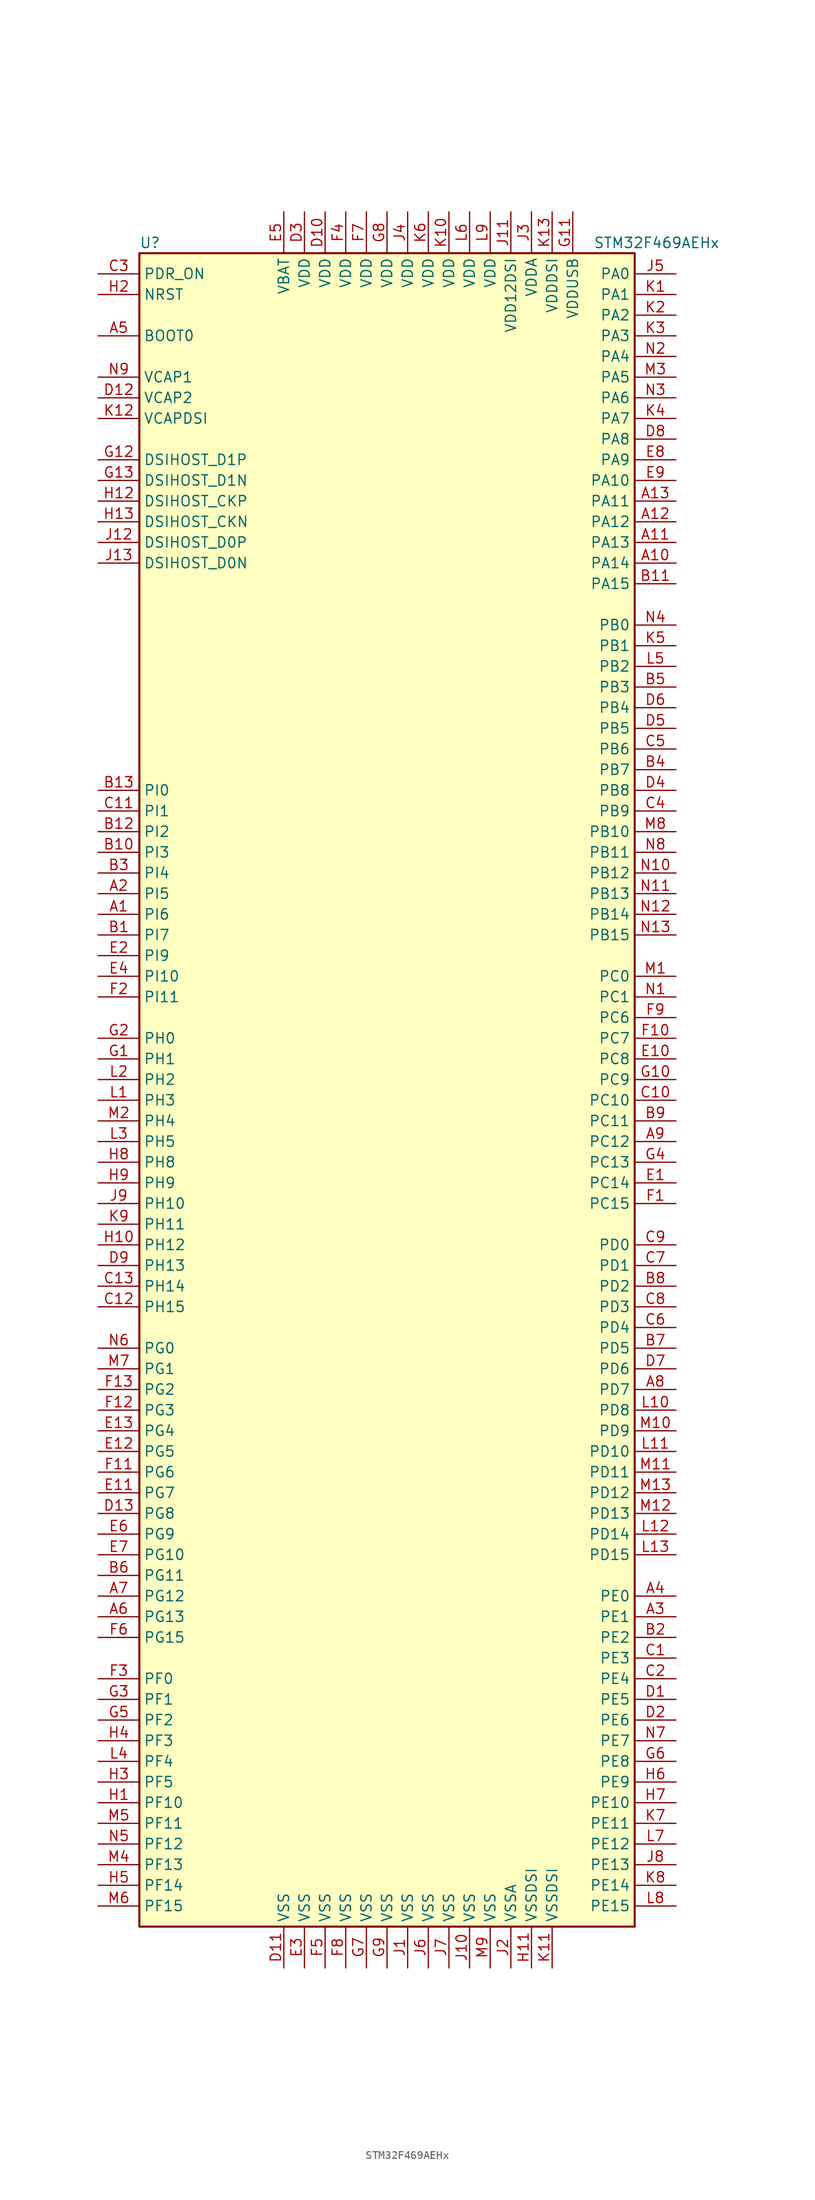
<source format=kicad_sym>
(kicad_symbol_lib
  (version 20211014)
  (generator kicad_symbol_editor)
  (symbol "STM32F469AEHx"
    (property "Reference" "U"
      (at -30.48 102.87 0)
      (effects (font (size 1.27 1.27)) (justify left)))
    (property "Value" "STM32F469AEHx"
      (at 25.4 102.87 0)
      (effects (font (size 1.27 1.27)) (justify left)))
    (symbol "STM32F469AEHx_0_1"
      (rectangle (start -30.48 -104.14) (end 30.48 101.6) (stroke (width 0.254) (type default) (color 0 0 0 0)) (fill (type background))))
    (symbol "STM32F469AEHx_1_1"
      (pin bidirectional line (at -35.56 20.32 0) (length 5.08) (name "PI6" (effects (font (size 1.27 1.27)))) (number "A1" (effects (font (size 1.27 1.27)))))
      (pin bidirectional line (at 35.56 63.5 180) (length 5.08) (name "PA14" (effects (font (size 1.27 1.27)))) (number "A10" (effects (font (size 1.27 1.27)))))
      (pin bidirectional line (at 35.56 66.04 180) (length 5.08) (name "PA13" (effects (font (size 1.27 1.27)))) (number "A11" (effects (font (size 1.27 1.27)))))
      (pin bidirectional line (at 35.56 68.58 180) (length 5.08) (name "PA12" (effects (font (size 1.27 1.27)))) (number "A12" (effects (font (size 1.27 1.27)))))
      (pin bidirectional line (at 35.56 71.12 180) (length 5.08) (name "PA11" (effects (font (size 1.27 1.27)))) (number "A13" (effects (font (size 1.27 1.27)))))
      (pin bidirectional line (at -35.56 22.86 0) (length 5.08) (name "PI5" (effects (font (size 1.27 1.27)))) (number "A2" (effects (font (size 1.27 1.27)))))
      (pin bidirectional line (at 35.56 -66.04 180) (length 5.08) (name "PE1" (effects (font (size 1.27 1.27)))) (number "A3" (effects (font (size 1.27 1.27)))))
      (pin bidirectional line (at 35.56 -63.5 180) (length 5.08) (name "PE0" (effects (font (size 1.27 1.27)))) (number "A4" (effects (font (size 1.27 1.27)))))
      (pin input line (at -35.56 91.44 0) (length 5.08) (name "BOOT0" (effects (font (size 1.27 1.27)))) (number "A5" (effects (font (size 1.27 1.27)))))
      (pin bidirectional line (at -35.56 -66.04 0) (length 5.08) (name "PG13" (effects (font (size 1.27 1.27)))) (number "A6" (effects (font (size 1.27 1.27)))))
      (pin bidirectional line (at -35.56 -63.5 0) (length 5.08) (name "PG12" (effects (font (size 1.27 1.27)))) (number "A7" (effects (font (size 1.27 1.27)))))
      (pin bidirectional line (at 35.56 -38.1 180) (length 5.08) (name "PD7" (effects (font (size 1.27 1.27)))) (number "A8" (effects (font (size 1.27 1.27)))))
      (pin bidirectional line (at 35.56 -7.62 180) (length 5.08) (name "PC12" (effects (font (size 1.27 1.27)))) (number "A9" (effects (font (size 1.27 1.27)))))
      (pin bidirectional line (at -35.56 17.78 0) (length 5.08) (name "PI7" (effects (font (size 1.27 1.27)))) (number "B1" (effects (font (size 1.27 1.27)))))
      (pin bidirectional line (at -35.56 27.94 0) (length 5.08) (name "PI3" (effects (font (size 1.27 1.27)))) (number "B10" (effects (font (size 1.27 1.27)))))
      (pin bidirectional line (at 35.56 60.96 180) (length 5.08) (name "PA15" (effects (font (size 1.27 1.27)))) (number "B11" (effects (font (size 1.27 1.27)))))
      (pin bidirectional line (at -35.56 30.48 0) (length 5.08) (name "PI2" (effects (font (size 1.27 1.27)))) (number "B12" (effects (font (size 1.27 1.27)))))
      (pin bidirectional line (at -35.56 35.56 0) (length 5.08) (name "PI0" (effects (font (size 1.27 1.27)))) (number "B13" (effects (font (size 1.27 1.27)))))
      (pin bidirectional line (at 35.56 -68.58 180) (length 5.08) (name "PE2" (effects (font (size 1.27 1.27)))) (number "B2" (effects (font (size 1.27 1.27)))))
      (pin bidirectional line (at -35.56 25.4 0) (length 5.08) (name "PI4" (effects (font (size 1.27 1.27)))) (number "B3" (effects (font (size 1.27 1.27)))))
      (pin bidirectional line (at 35.56 38.1 180) (length 5.08) (name "PB7" (effects (font (size 1.27 1.27)))) (number "B4" (effects (font (size 1.27 1.27)))))
      (pin bidirectional line (at 35.56 48.26 180) (length 5.08) (name "PB3" (effects (font (size 1.27 1.27)))) (number "B5" (effects (font (size 1.27 1.27)))))
      (pin bidirectional line (at -35.56 -60.96 0) (length 5.08) (name "PG11" (effects (font (size 1.27 1.27)))) (number "B6" (effects (font (size 1.27 1.27)))))
      (pin bidirectional line (at 35.56 -33.02 180) (length 5.08) (name "PD5" (effects (font (size 1.27 1.27)))) (number "B7" (effects (font (size 1.27 1.27)))))
      (pin bidirectional line (at 35.56 -25.4 180) (length 5.08) (name "PD2" (effects (font (size 1.27 1.27)))) (number "B8" (effects (font (size 1.27 1.27)))))
      (pin bidirectional line (at 35.56 -5.08 180) (length 5.08) (name "PC11" (effects (font (size 1.27 1.27)))) (number "B9" (effects (font (size 1.27 1.27)))))
      (pin bidirectional line (at 35.56 -71.12 180) (length 5.08) (name "PE3" (effects (font (size 1.27 1.27)))) (number "C1" (effects (font (size 1.27 1.27)))))
      (pin bidirectional line (at 35.56 -2.54 180) (length 5.08) (name "PC10" (effects (font (size 1.27 1.27)))) (number "C10" (effects (font (size 1.27 1.27)))))
      (pin bidirectional line (at -35.56 33.02 0) (length 5.08) (name "PI1" (effects (font (size 1.27 1.27)))) (number "C11" (effects (font (size 1.27 1.27)))))
      (pin bidirectional line (at -35.56 -27.94 0) (length 5.08) (name "PH15" (effects (font (size 1.27 1.27)))) (number "C12" (effects (font (size 1.27 1.27)))))
      (pin bidirectional line (at -35.56 -25.4 0) (length 5.08) (name "PH14" (effects (font (size 1.27 1.27)))) (number "C13" (effects (font (size 1.27 1.27)))))
      (pin bidirectional line (at 35.56 -73.66 180) (length 5.08) (name "PE4" (effects (font (size 1.27 1.27)))) (number "C2" (effects (font (size 1.27 1.27)))))
      (pin input line (at -35.56 99.06 0) (length 5.08) (name "PDR_ON" (effects (font (size 1.27 1.27)))) (number "C3" (effects (font (size 1.27 1.27)))))
      (pin bidirectional line (at 35.56 33.02 180) (length 5.08) (name "PB9" (effects (font (size 1.27 1.27)))) (number "C4" (effects (font (size 1.27 1.27)))))
      (pin bidirectional line (at 35.56 40.64 180) (length 5.08) (name "PB6" (effects (font (size 1.27 1.27)))) (number "C5" (effects (font (size 1.27 1.27)))))
      (pin bidirectional line (at 35.56 -30.48 180) (length 5.08) (name "PD4" (effects (font (size 1.27 1.27)))) (number "C6" (effects (font (size 1.27 1.27)))))
      (pin bidirectional line (at 35.56 -22.86 180) (length 5.08) (name "PD1" (effects (font (size 1.27 1.27)))) (number "C7" (effects (font (size 1.27 1.27)))))
      (pin bidirectional line (at 35.56 -27.94 180) (length 5.08) (name "PD3" (effects (font (size 1.27 1.27)))) (number "C8" (effects (font (size 1.27 1.27)))))
      (pin bidirectional line (at 35.56 -20.32 180) (length 5.08) (name "PD0" (effects (font (size 1.27 1.27)))) (number "C9" (effects (font (size 1.27 1.27)))))
      (pin bidirectional line (at 35.56 -76.2 180) (length 5.08) (name "PE5" (effects (font (size 1.27 1.27)))) (number "D1" (effects (font (size 1.27 1.27)))))
      (pin power_in line (at -7.62 106.68 270) (length 5.08) (name "VDD" (effects (font (size 1.27 1.27)))) (number "D10" (effects (font (size 1.27 1.27)))))
      (pin power_in line (at -12.7 -109.22 90) (length 5.08) (name "VSS" (effects (font (size 1.27 1.27)))) (number "D11" (effects (font (size 1.27 1.27)))))
      (pin power_in line (at -35.56 83.82 0) (length 5.08) (name "VCAP2" (effects (font (size 1.27 1.27)))) (number "D12" (effects (font (size 1.27 1.27)))))
      (pin bidirectional line (at -35.56 -53.34 0) (length 5.08) (name "PG8" (effects (font (size 1.27 1.27)))) (number "D13" (effects (font (size 1.27 1.27)))))
      (pin bidirectional line (at 35.56 -78.74 180) (length 5.08) (name "PE6" (effects (font (size 1.27 1.27)))) (number "D2" (effects (font (size 1.27 1.27)))))
      (pin power_in line (at -10.16 106.68 270) (length 5.08) (name "VDD" (effects (font (size 1.27 1.27)))) (number "D3" (effects (font (size 1.27 1.27)))))
      (pin bidirectional line (at 35.56 35.56 180) (length 5.08) (name "PB8" (effects (font (size 1.27 1.27)))) (number "D4" (effects (font (size 1.27 1.27)))))
      (pin bidirectional line (at 35.56 43.18 180) (length 5.08) (name "PB5" (effects (font (size 1.27 1.27)))) (number "D5" (effects (font (size 1.27 1.27)))))
      (pin bidirectional line (at 35.56 45.72 180) (length 5.08) (name "PB4" (effects (font (size 1.27 1.27)))) (number "D6" (effects (font (size 1.27 1.27)))))
      (pin bidirectional line (at 35.56 -35.56 180) (length 5.08) (name "PD6" (effects (font (size 1.27 1.27)))) (number "D7" (effects (font (size 1.27 1.27)))))
      (pin bidirectional line (at 35.56 78.74 180) (length 5.08) (name "PA8" (effects (font (size 1.27 1.27)))) (number "D8" (effects (font (size 1.27 1.27)))))
      (pin bidirectional line (at -35.56 -22.86 0) (length 5.08) (name "PH13" (effects (font (size 1.27 1.27)))) (number "D9" (effects (font (size 1.27 1.27)))))
      (pin bidirectional line (at 35.56 -12.7 180) (length 5.08) (name "PC14" (effects (font (size 1.27 1.27)))) (number "E1" (effects (font (size 1.27 1.27)))))
      (pin bidirectional line (at 35.56 2.54 180) (length 5.08) (name "PC8" (effects (font (size 1.27 1.27)))) (number "E10" (effects (font (size 1.27 1.27)))))
      (pin bidirectional line (at -35.56 -50.8 0) (length 5.08) (name "PG7" (effects (font (size 1.27 1.27)))) (number "E11" (effects (font (size 1.27 1.27)))))
      (pin bidirectional line (at -35.56 -45.72 0) (length 5.08) (name "PG5" (effects (font (size 1.27 1.27)))) (number "E12" (effects (font (size 1.27 1.27)))))
      (pin bidirectional line (at -35.56 -43.18 0) (length 5.08) (name "PG4" (effects (font (size 1.27 1.27)))) (number "E13" (effects (font (size 1.27 1.27)))))
      (pin bidirectional line (at -35.56 15.24 0) (length 5.08) (name "PI9" (effects (font (size 1.27 1.27)))) (number "E2" (effects (font (size 1.27 1.27)))))
      (pin power_in line (at -10.16 -109.22 90) (length 5.08) (name "VSS" (effects (font (size 1.27 1.27)))) (number "E3" (effects (font (size 1.27 1.27)))))
      (pin bidirectional line (at -35.56 12.7 0) (length 5.08) (name "PI10" (effects (font (size 1.27 1.27)))) (number "E4" (effects (font (size 1.27 1.27)))))
      (pin power_in line (at -12.7 106.68 270) (length 5.08) (name "VBAT" (effects (font (size 1.27 1.27)))) (number "E5" (effects (font (size 1.27 1.27)))))
      (pin bidirectional line (at -35.56 -55.88 0) (length 5.08) (name "PG9" (effects (font (size 1.27 1.27)))) (number "E6" (effects (font (size 1.27 1.27)))))
      (pin bidirectional line (at -35.56 -58.42 0) (length 5.08) (name "PG10" (effects (font (size 1.27 1.27)))) (number "E7" (effects (font (size 1.27 1.27)))))
      (pin bidirectional line (at 35.56 76.2 180) (length 5.08) (name "PA9" (effects (font (size 1.27 1.27)))) (number "E8" (effects (font (size 1.27 1.27)))))
      (pin bidirectional line (at 35.56 73.66 180) (length 5.08) (name "PA10" (effects (font (size 1.27 1.27)))) (number "E9" (effects (font (size 1.27 1.27)))))
      (pin bidirectional line (at 35.56 -15.24 180) (length 5.08) (name "PC15" (effects (font (size 1.27 1.27)))) (number "F1" (effects (font (size 1.27 1.27)))))
      (pin bidirectional line (at 35.56 5.08 180) (length 5.08) (name "PC7" (effects (font (size 1.27 1.27)))) (number "F10" (effects (font (size 1.27 1.27)))))
      (pin bidirectional line (at -35.56 -48.26 0) (length 5.08) (name "PG6" (effects (font (size 1.27 1.27)))) (number "F11" (effects (font (size 1.27 1.27)))))
      (pin bidirectional line (at -35.56 -40.64 0) (length 5.08) (name "PG3" (effects (font (size 1.27 1.27)))) (number "F12" (effects (font (size 1.27 1.27)))))
      (pin bidirectional line (at -35.56 -38.1 0) (length 5.08) (name "PG2" (effects (font (size 1.27 1.27)))) (number "F13" (effects (font (size 1.27 1.27)))))
      (pin bidirectional line (at -35.56 10.16 0) (length 5.08) (name "PI11" (effects (font (size 1.27 1.27)))) (number "F2" (effects (font (size 1.27 1.27)))))
      (pin bidirectional line (at -35.56 -73.66 0) (length 5.08) (name "PF0" (effects (font (size 1.27 1.27)))) (number "F3" (effects (font (size 1.27 1.27)))))
      (pin power_in line (at -5.08 106.68 270) (length 5.08) (name "VDD" (effects (font (size 1.27 1.27)))) (number "F4" (effects (font (size 1.27 1.27)))))
      (pin power_in line (at -7.62 -109.22 90) (length 5.08) (name "VSS" (effects (font (size 1.27 1.27)))) (number "F5" (effects (font (size 1.27 1.27)))))
      (pin bidirectional line (at -35.56 -68.58 0) (length 5.08) (name "PG15" (effects (font (size 1.27 1.27)))) (number "F6" (effects (font (size 1.27 1.27)))))
      (pin power_in line (at -2.54 106.68 270) (length 5.08) (name "VDD" (effects (font (size 1.27 1.27)))) (number "F7" (effects (font (size 1.27 1.27)))))
      (pin power_in line (at -5.08 -109.22 90) (length 5.08) (name "VSS" (effects (font (size 1.27 1.27)))) (number "F8" (effects (font (size 1.27 1.27)))))
      (pin bidirectional line (at 35.56 7.62 180) (length 5.08) (name "PC6" (effects (font (size 1.27 1.27)))) (number "F9" (effects (font (size 1.27 1.27)))))
      (pin input line (at -35.56 2.54 0) (length 5.08) (name "PH1" (effects (font (size 1.27 1.27)))) (number "G1" (effects (font (size 1.27 1.27)))))
      (pin bidirectional line (at 35.56 0 180) (length 5.08) (name "PC9" (effects (font (size 1.27 1.27)))) (number "G10" (effects (font (size 1.27 1.27)))))
      (pin power_in line (at 22.86 106.68 270) (length 5.08) (name "VDDUSB" (effects (font (size 1.27 1.27)))) (number "G11" (effects (font (size 1.27 1.27)))))
      (pin bidirectional line (at -35.56 76.2 0) (length 5.08) (name "DSIHOST_D1P" (effects (font (size 1.27 1.27)))) (number "G12" (effects (font (size 1.27 1.27)))))
      (pin bidirectional line (at -35.56 73.66 0) (length 5.08) (name "DSIHOST_D1N" (effects (font (size 1.27 1.27)))) (number "G13" (effects (font (size 1.27 1.27)))))
      (pin input line (at -35.56 5.08 0) (length 5.08) (name "PH0" (effects (font (size 1.27 1.27)))) (number "G2" (effects (font (size 1.27 1.27)))))
      (pin bidirectional line (at -35.56 -76.2 0) (length 5.08) (name "PF1" (effects (font (size 1.27 1.27)))) (number "G3" (effects (font (size 1.27 1.27)))))
      (pin bidirectional line (at 35.56 -10.16 180) (length 5.08) (name "PC13" (effects (font (size 1.27 1.27)))) (number "G4" (effects (font (size 1.27 1.27)))))
      (pin bidirectional line (at -35.56 -78.74 0) (length 5.08) (name "PF2" (effects (font (size 1.27 1.27)))) (number "G5" (effects (font (size 1.27 1.27)))))
      (pin bidirectional line (at 35.56 -83.82 180) (length 5.08) (name "PE8" (effects (font (size 1.27 1.27)))) (number "G6" (effects (font (size 1.27 1.27)))))
      (pin power_in line (at -2.54 -109.22 90) (length 5.08) (name "VSS" (effects (font (size 1.27 1.27)))) (number "G7" (effects (font (size 1.27 1.27)))))
      (pin power_in line (at 0 106.68 270) (length 5.08) (name "VDD" (effects (font (size 1.27 1.27)))) (number "G8" (effects (font (size 1.27 1.27)))))
      (pin power_in line (at 0 -109.22 90) (length 5.08) (name "VSS" (effects (font (size 1.27 1.27)))) (number "G9" (effects (font (size 1.27 1.27)))))
      (pin bidirectional line (at -35.56 -88.9 0) (length 5.08) (name "PF10" (effects (font (size 1.27 1.27)))) (number "H1" (effects (font (size 1.27 1.27)))))
      (pin bidirectional line (at -35.56 -20.32 0) (length 5.08) (name "PH12" (effects (font (size 1.27 1.27)))) (number "H10" (effects (font (size 1.27 1.27)))))
      (pin power_in line (at 17.78 -109.22 90) (length 5.08) (name "VSSDSI" (effects (font (size 1.27 1.27)))) (number "H11" (effects (font (size 1.27 1.27)))))
      (pin bidirectional line (at -35.56 71.12 0) (length 5.08) (name "DSIHOST_CKP" (effects (font (size 1.27 1.27)))) (number "H12" (effects (font (size 1.27 1.27)))))
      (pin bidirectional line (at -35.56 68.58 0) (length 5.08) (name "DSIHOST_CKN" (effects (font (size 1.27 1.27)))) (number "H13" (effects (font (size 1.27 1.27)))))
      (pin input line (at -35.56 96.52 0) (length 5.08) (name "NRST" (effects (font (size 1.27 1.27)))) (number "H2" (effects (font (size 1.27 1.27)))))
      (pin bidirectional line (at -35.56 -86.36 0) (length 5.08) (name "PF5" (effects (font (size 1.27 1.27)))) (number "H3" (effects (font (size 1.27 1.27)))))
      (pin bidirectional line (at -35.56 -81.28 0) (length 5.08) (name "PF3" (effects (font (size 1.27 1.27)))) (number "H4" (effects (font (size 1.27 1.27)))))
      (pin bidirectional line (at -35.56 -99.06 0) (length 5.08) (name "PF14" (effects (font (size 1.27 1.27)))) (number "H5" (effects (font (size 1.27 1.27)))))
      (pin bidirectional line (at 35.56 -86.36 180) (length 5.08) (name "PE9" (effects (font (size 1.27 1.27)))) (number "H6" (effects (font (size 1.27 1.27)))))
      (pin bidirectional line (at 35.56 -88.9 180) (length 5.08) (name "PE10" (effects (font (size 1.27 1.27)))) (number "H7" (effects (font (size 1.27 1.27)))))
      (pin bidirectional line (at -35.56 -10.16 0) (length 5.08) (name "PH8" (effects (font (size 1.27 1.27)))) (number "H8" (effects (font (size 1.27 1.27)))))
      (pin bidirectional line (at -35.56 -12.7 0) (length 5.08) (name "PH9" (effects (font (size 1.27 1.27)))) (number "H9" (effects (font (size 1.27 1.27)))))
      (pin power_in line (at 2.54 -109.22 90) (length 5.08) (name "VSS" (effects (font (size 1.27 1.27)))) (number "J1" (effects (font (size 1.27 1.27)))))
      (pin power_in line (at 10.16 -109.22 90) (length 5.08) (name "VSS" (effects (font (size 1.27 1.27)))) (number "J10" (effects (font (size 1.27 1.27)))))
      (pin power_in line (at 15.24 106.68 270) (length 5.08) (name "VDD12DSI" (effects (font (size 1.27 1.27)))) (number "J11" (effects (font (size 1.27 1.27)))))
      (pin bidirectional line (at -35.56 66.04 0) (length 5.08) (name "DSIHOST_D0P" (effects (font (size 1.27 1.27)))) (number "J12" (effects (font (size 1.27 1.27)))))
      (pin bidirectional line (at -35.56 63.5 0) (length 5.08) (name "DSIHOST_D0N" (effects (font (size 1.27 1.27)))) (number "J13" (effects (font (size 1.27 1.27)))))
      (pin power_in line (at 15.24 -109.22 90) (length 5.08) (name "VSSA" (effects (font (size 1.27 1.27)))) (number "J2" (effects (font (size 1.27 1.27)))))
      (pin power_in line (at 17.78 106.68 270) (length 5.08) (name "VDDA" (effects (font (size 1.27 1.27)))) (number "J3" (effects (font (size 1.27 1.27)))))
      (pin power_in line (at 2.54 106.68 270) (length 5.08) (name "VDD" (effects (font (size 1.27 1.27)))) (number "J4" (effects (font (size 1.27 1.27)))))
      (pin bidirectional line (at 35.56 99.06 180) (length 5.08) (name "PA0" (effects (font (size 1.27 1.27)))) (number "J5" (effects (font (size 1.27 1.27)))))
      (pin power_in line (at 5.08 -109.22 90) (length 5.08) (name "VSS" (effects (font (size 1.27 1.27)))) (number "J6" (effects (font (size 1.27 1.27)))))
      (pin power_in line (at 7.62 -109.22 90) (length 5.08) (name "VSS" (effects (font (size 1.27 1.27)))) (number "J7" (effects (font (size 1.27 1.27)))))
      (pin bidirectional line (at 35.56 -96.52 180) (length 5.08) (name "PE13" (effects (font (size 1.27 1.27)))) (number "J8" (effects (font (size 1.27 1.27)))))
      (pin bidirectional line (at -35.56 -15.24 0) (length 5.08) (name "PH10" (effects (font (size 1.27 1.27)))) (number "J9" (effects (font (size 1.27 1.27)))))
      (pin bidirectional line (at 35.56 96.52 180) (length 5.08) (name "PA1" (effects (font (size 1.27 1.27)))) (number "K1" (effects (font (size 1.27 1.27)))))
      (pin power_in line (at 7.62 106.68 270) (length 5.08) (name "VDD" (effects (font (size 1.27 1.27)))) (number "K10" (effects (font (size 1.27 1.27)))))
      (pin power_in line (at 20.32 -109.22 90) (length 5.08) (name "VSSDSI" (effects (font (size 1.27 1.27)))) (number "K11" (effects (font (size 1.27 1.27)))))
      (pin power_in line (at -35.56 81.28 0) (length 5.08) (name "VCAPDSI" (effects (font (size 1.27 1.27)))) (number "K12" (effects (font (size 1.27 1.27)))))
      (pin power_in line (at 20.32 106.68 270) (length 5.08) (name "VDDDSI" (effects (font (size 1.27 1.27)))) (number "K13" (effects (font (size 1.27 1.27)))))
      (pin bidirectional line (at 35.56 93.98 180) (length 5.08) (name "PA2" (effects (font (size 1.27 1.27)))) (number "K2" (effects (font (size 1.27 1.27)))))
      (pin bidirectional line (at 35.56 91.44 180) (length 5.08) (name "PA3" (effects (font (size 1.27 1.27)))) (number "K3" (effects (font (size 1.27 1.27)))))
      (pin bidirectional line (at 35.56 81.28 180) (length 5.08) (name "PA7" (effects (font (size 1.27 1.27)))) (number "K4" (effects (font (size 1.27 1.27)))))
      (pin bidirectional line (at 35.56 53.34 180) (length 5.08) (name "PB1" (effects (font (size 1.27 1.27)))) (number "K5" (effects (font (size 1.27 1.27)))))
      (pin power_in line (at 5.08 106.68 270) (length 5.08) (name "VDD" (effects (font (size 1.27 1.27)))) (number "K6" (effects (font (size 1.27 1.27)))))
      (pin bidirectional line (at 35.56 -91.44 180) (length 5.08) (name "PE11" (effects (font (size 1.27 1.27)))) (number "K7" (effects (font (size 1.27 1.27)))))
      (pin bidirectional line (at 35.56 -99.06 180) (length 5.08) (name "PE14" (effects (font (size 1.27 1.27)))) (number "K8" (effects (font (size 1.27 1.27)))))
      (pin bidirectional line (at -35.56 -17.78 0) (length 5.08) (name "PH11" (effects (font (size 1.27 1.27)))) (number "K9" (effects (font (size 1.27 1.27)))))
      (pin bidirectional line (at -35.56 -2.54 0) (length 5.08) (name "PH3" (effects (font (size 1.27 1.27)))) (number "L1" (effects (font (size 1.27 1.27)))))
      (pin bidirectional line (at 35.56 -40.64 180) (length 5.08) (name "PD8" (effects (font (size 1.27 1.27)))) (number "L10" (effects (font (size 1.27 1.27)))))
      (pin bidirectional line (at 35.56 -45.72 180) (length 5.08) (name "PD10" (effects (font (size 1.27 1.27)))) (number "L11" (effects (font (size 1.27 1.27)))))
      (pin bidirectional line (at 35.56 -55.88 180) (length 5.08) (name "PD14" (effects (font (size 1.27 1.27)))) (number "L12" (effects (font (size 1.27 1.27)))))
      (pin bidirectional line (at 35.56 -58.42 180) (length 5.08) (name "PD15" (effects (font (size 1.27 1.27)))) (number "L13" (effects (font (size 1.27 1.27)))))
      (pin bidirectional line (at -35.56 0 0) (length 5.08) (name "PH2" (effects (font (size 1.27 1.27)))) (number "L2" (effects (font (size 1.27 1.27)))))
      (pin bidirectional line (at -35.56 -7.62 0) (length 5.08) (name "PH5" (effects (font (size 1.27 1.27)))) (number "L3" (effects (font (size 1.27 1.27)))))
      (pin bidirectional line (at -35.56 -83.82 0) (length 5.08) (name "PF4" (effects (font (size 1.27 1.27)))) (number "L4" (effects (font (size 1.27 1.27)))))
      (pin bidirectional line (at 35.56 50.8 180) (length 5.08) (name "PB2" (effects (font (size 1.27 1.27)))) (number "L5" (effects (font (size 1.27 1.27)))))
      (pin power_in line (at 10.16 106.68 270) (length 5.08) (name "VDD" (effects (font (size 1.27 1.27)))) (number "L6" (effects (font (size 1.27 1.27)))))
      (pin bidirectional line (at 35.56 -93.98 180) (length 5.08) (name "PE12" (effects (font (size 1.27 1.27)))) (number "L7" (effects (font (size 1.27 1.27)))))
      (pin bidirectional line (at 35.56 -101.6 180) (length 5.08) (name "PE15" (effects (font (size 1.27 1.27)))) (number "L8" (effects (font (size 1.27 1.27)))))
      (pin power_in line (at 12.7 106.68 270) (length 5.08) (name "VDD" (effects (font (size 1.27 1.27)))) (number "L9" (effects (font (size 1.27 1.27)))))
      (pin bidirectional line (at 35.56 12.7 180) (length 5.08) (name "PC0" (effects (font (size 1.27 1.27)))) (number "M1" (effects (font (size 1.27 1.27)))))
      (pin bidirectional line (at 35.56 -43.18 180) (length 5.08) (name "PD9" (effects (font (size 1.27 1.27)))) (number "M10" (effects (font (size 1.27 1.27)))))
      (pin bidirectional line (at 35.56 -48.26 180) (length 5.08) (name "PD11" (effects (font (size 1.27 1.27)))) (number "M11" (effects (font (size 1.27 1.27)))))
      (pin bidirectional line (at 35.56 -53.34 180) (length 5.08) (name "PD13" (effects (font (size 1.27 1.27)))) (number "M12" (effects (font (size 1.27 1.27)))))
      (pin bidirectional line (at 35.56 -50.8 180) (length 5.08) (name "PD12" (effects (font (size 1.27 1.27)))) (number "M13" (effects (font (size 1.27 1.27)))))
      (pin bidirectional line (at -35.56 -5.08 0) (length 5.08) (name "PH4" (effects (font (size 1.27 1.27)))) (number "M2" (effects (font (size 1.27 1.27)))))
      (pin bidirectional line (at 35.56 86.36 180) (length 5.08) (name "PA5" (effects (font (size 1.27 1.27)))) (number "M3" (effects (font (size 1.27 1.27)))))
      (pin bidirectional line (at -35.56 -96.52 0) (length 5.08) (name "PF13" (effects (font (size 1.27 1.27)))) (number "M4" (effects (font (size 1.27 1.27)))))
      (pin bidirectional line (at -35.56 -91.44 0) (length 5.08) (name "PF11" (effects (font (size 1.27 1.27)))) (number "M5" (effects (font (size 1.27 1.27)))))
      (pin bidirectional line (at -35.56 -101.6 0) (length 5.08) (name "PF15" (effects (font (size 1.27 1.27)))) (number "M6" (effects (font (size 1.27 1.27)))))
      (pin bidirectional line (at -35.56 -35.56 0) (length 5.08) (name "PG1" (effects (font (size 1.27 1.27)))) (number "M7" (effects (font (size 1.27 1.27)))))
      (pin bidirectional line (at 35.56 30.48 180) (length 5.08) (name "PB10" (effects (font (size 1.27 1.27)))) (number "M8" (effects (font (size 1.27 1.27)))))
      (pin power_in line (at 12.7 -109.22 90) (length 5.08) (name "VSS" (effects (font (size 1.27 1.27)))) (number "M9" (effects (font (size 1.27 1.27)))))
      (pin bidirectional line (at 35.56 10.16 180) (length 5.08) (name "PC1" (effects (font (size 1.27 1.27)))) (number "N1" (effects (font (size 1.27 1.27)))))
      (pin bidirectional line (at 35.56 25.4 180) (length 5.08) (name "PB12" (effects (font (size 1.27 1.27)))) (number "N10" (effects (font (size 1.27 1.27)))))
      (pin bidirectional line (at 35.56 22.86 180) (length 5.08) (name "PB13" (effects (font (size 1.27 1.27)))) (number "N11" (effects (font (size 1.27 1.27)))))
      (pin bidirectional line (at 35.56 20.32 180) (length 5.08) (name "PB14" (effects (font (size 1.27 1.27)))) (number "N12" (effects (font (size 1.27 1.27)))))
      (pin bidirectional line (at 35.56 17.78 180) (length 5.08) (name "PB15" (effects (font (size 1.27 1.27)))) (number "N13" (effects (font (size 1.27 1.27)))))
      (pin bidirectional line (at 35.56 88.9 180) (length 5.08) (name "PA4" (effects (font (size 1.27 1.27)))) (number "N2" (effects (font (size 1.27 1.27)))))
      (pin bidirectional line (at 35.56 83.82 180) (length 5.08) (name "PA6" (effects (font (size 1.27 1.27)))) (number "N3" (effects (font (size 1.27 1.27)))))
      (pin bidirectional line (at 35.56 55.88 180) (length 5.08) (name "PB0" (effects (font (size 1.27 1.27)))) (number "N4" (effects (font (size 1.27 1.27)))))
      (pin bidirectional line (at -35.56 -93.98 0) (length 5.08) (name "PF12" (effects (font (size 1.27 1.27)))) (number "N5" (effects (font (size 1.27 1.27)))))
      (pin bidirectional line (at -35.56 -33.02 0) (length 5.08) (name "PG0" (effects (font (size 1.27 1.27)))) (number "N6" (effects (font (size 1.27 1.27)))))
      (pin bidirectional line (at 35.56 -81.28 180) (length 5.08) (name "PE7" (effects (font (size 1.27 1.27)))) (number "N7" (effects (font (size 1.27 1.27)))))
      (pin bidirectional line (at 35.56 27.94 180) (length 5.08) (name "PB11" (effects (font (size 1.27 1.27)))) (number "N8" (effects (font (size 1.27 1.27)))))
      (pin power_in line (at -35.56 86.36 0) (length 5.08) (name "VCAP1" (effects (font (size 1.27 1.27)))) (number "N9" (effects (font (size 1.27 1.27))))))))
</source>
